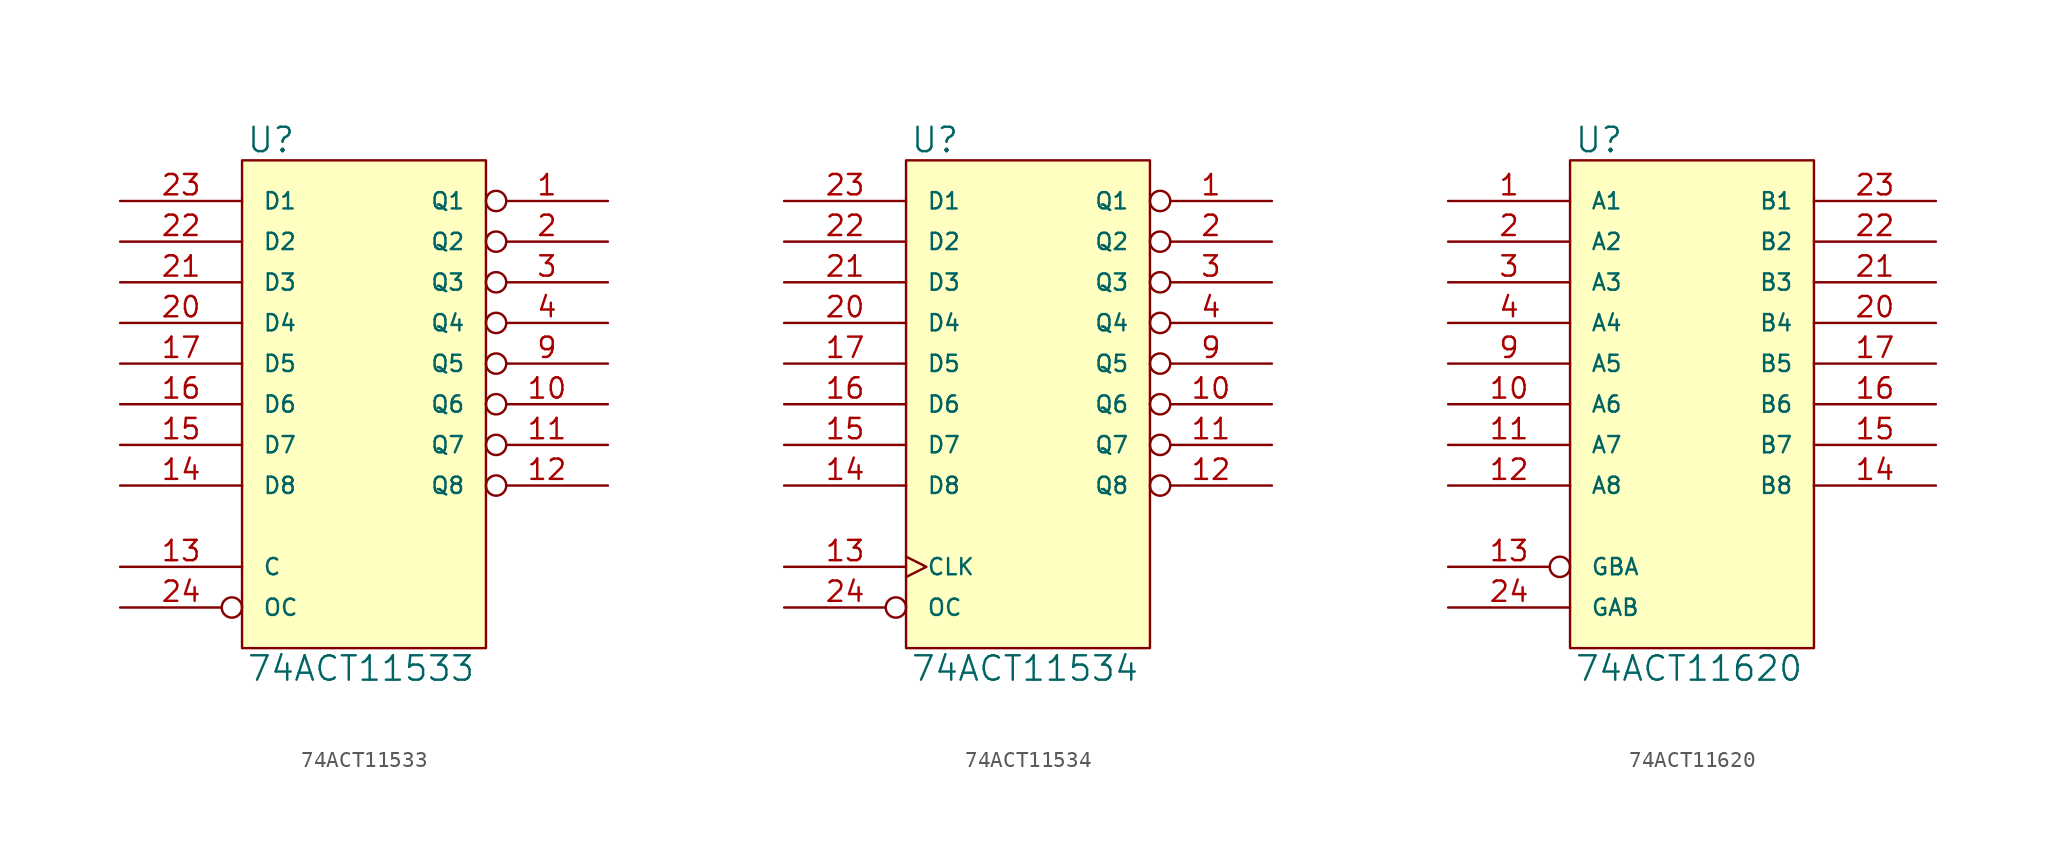
<source format=kicad_sym>
(kicad_symbol_lib
  (version 20231120)
  (generator "kicad_symbol_editor")
  (generator_version "8.0")
  (symbol "74ACT11533"
    (pin_names
      (offset 1.27))
    (property "Reference" "U"
      (at 0.254 0.381 0)
      (effects (font (size 1.524 1.524)) (justify left bottom)))
    (property "Value" "74ACT11533"
      (at 0.254 -30.861 0)
      (effects (font (size 1.524 1.524)) (justify left top)))
    (symbol "74ACT11533_0_1"
      (rectangle (start 0 0) (end 15.24 -30.48) (stroke (width 0) (type solid)) (fill (type background))))
    (symbol "74ACT11533_1_1"
      (pin tri_state inverted (at 22.86 -2.54 180) (length 7.62) (name "Q1" (effects (font (size 1.016 1.016)))) (number "1" (effects (font (size 1.27 1.27)))))
      (pin tri_state inverted (at 22.86 -15.24 180) (length 7.62) (name "Q6" (effects (font (size 1.016 1.016)))) (number "10" (effects (font (size 1.27 1.27)))))
      (pin tri_state inverted (at 22.86 -17.78 180) (length 7.62) (name "Q7" (effects (font (size 1.016 1.016)))) (number "11" (effects (font (size 1.27 1.27)))))
      (pin tri_state inverted (at 22.86 -20.32 180) (length 7.62) (name "Q8" (effects (font (size 1.016 1.016)))) (number "12" (effects (font (size 1.27 1.27)))))
      (pin input line (at -7.62 -25.4 0) (length 7.62) (name "C" (effects (font (size 1.016 1.016)))) (number "13" (effects (font (size 1.27 1.27)))))
      (pin input line (at -7.62 -20.32 0) (length 7.62) (name "D8" (effects (font (size 1.016 1.016)))) (number "14" (effects (font (size 1.27 1.27)))))
      (pin input line (at -7.62 -17.78 0) (length 7.62) (name "D7" (effects (font (size 1.016 1.016)))) (number "15" (effects (font (size 1.27 1.27)))))
      (pin input line (at -7.62 -15.24 0) (length 7.62) (name "D6" (effects (font (size 1.016 1.016)))) (number "16" (effects (font (size 1.27 1.27)))))
      (pin input line (at -7.62 -12.7 0) (length 7.62) (name "D5" (effects (font (size 1.016 1.016)))) (number "17" (effects (font (size 1.27 1.27)))))
      (pin power_in line (at 2.54 0 270) (length 0) hide (name "VCC" (effects (font (size 1.016 1.016)))) (number "18" (effects (font (size 1.27 1.27)))))
      (pin power_in line (at 0 0 270) (length 0) hide (name "VCC" (effects (font (size 1.016 1.016)))) (number "19" (effects (font (size 1.27 1.27)))))
      (pin tri_state inverted (at 22.86 -5.08 180) (length 7.62) (name "Q2" (effects (font (size 1.016 1.016)))) (number "2" (effects (font (size 1.27 1.27)))))
      (pin input line (at -7.62 -10.16 0) (length 7.62) (name "D4" (effects (font (size 1.016 1.016)))) (number "20" (effects (font (size 1.27 1.27)))))
      (pin input line (at -7.62 -7.62 0) (length 7.62) (name "D3" (effects (font (size 1.016 1.016)))) (number "21" (effects (font (size 1.27 1.27)))))
      (pin input line (at -7.62 -5.08 0) (length 7.62) (name "D2" (effects (font (size 1.016 1.016)))) (number "22" (effects (font (size 1.27 1.27)))))
      (pin input line (at -7.62 -2.54 0) (length 7.62) (name "D1" (effects (font (size 1.016 1.016)))) (number "23" (effects (font (size 1.27 1.27)))))
      (pin input inverted (at -7.62 -27.94 0) (length 7.62) (name "OC" (effects (font (size 1.016 1.016)))) (number "24" (effects (font (size 1.27 1.27)))))
      (pin tri_state inverted (at 22.86 -7.62 180) (length 7.62) (name "Q3" (effects (font (size 1.016 1.016)))) (number "3" (effects (font (size 1.27 1.27)))))
      (pin tri_state inverted (at 22.86 -10.16 180) (length 7.62) (name "Q4" (effects (font (size 1.016 1.016)))) (number "4" (effects (font (size 1.27 1.27)))))
      (pin power_in line (at 0 -30.48 90) (length 0) hide (name "GND" (effects (font (size 1.016 1.016)))) (number "5" (effects (font (size 1.27 1.27)))))
      (pin power_in line (at 2.54 -30.48 90) (length 0) hide (name "GND" (effects (font (size 1.016 1.016)))) (number "6" (effects (font (size 1.27 1.27)))))
      (pin power_in line (at 5.08 -30.48 90) (length 0) hide (name "GND" (effects (font (size 1.016 1.016)))) (number "7" (effects (font (size 1.27 1.27)))))
      (pin power_in line (at 7.62 -30.48 90) (length 0) hide (name "GND" (effects (font (size 1.016 1.016)))) (number "8" (effects (font (size 1.27 1.27)))))
      (pin tri_state inverted (at 22.86 -12.7 180) (length 7.62) (name "Q5" (effects (font (size 1.016 1.016)))) (number "9" (effects (font (size 1.27 1.27)))))))
  (symbol "74ACT11534"
    (pin_names
      (offset 1.27))
    (property "Reference" "U"
      (at 0.254 0.381 0)
      (effects (font (size 1.524 1.524)) (justify left bottom)))
    (property "Value" "74ACT11534"
      (at 0.254 -30.861 0)
      (effects (font (size 1.524 1.524)) (justify left top)))
    (symbol "74ACT11534_0_1"
      (rectangle (start 0 0) (end 15.24 -30.48) (stroke (width 0) (type solid)) (fill (type background))))
    (symbol "74ACT11534_1_1"
      (pin tri_state inverted (at 22.86 -2.54 180) (length 7.62) (name "Q1" (effects (font (size 1.016 1.016)))) (number "1" (effects (font (size 1.27 1.27)))))
      (pin tri_state inverted (at 22.86 -15.24 180) (length 7.62) (name "Q6" (effects (font (size 1.016 1.016)))) (number "10" (effects (font (size 1.27 1.27)))))
      (pin tri_state inverted (at 22.86 -17.78 180) (length 7.62) (name "Q7" (effects (font (size 1.016 1.016)))) (number "11" (effects (font (size 1.27 1.27)))))
      (pin tri_state inverted (at 22.86 -20.32 180) (length 7.62) (name "Q8" (effects (font (size 1.016 1.016)))) (number "12" (effects (font (size 1.27 1.27)))))
      (pin input clock (at -7.62 -25.4 0) (length 7.62) (name "CLK" (effects (font (size 1.016 1.016)))) (number "13" (effects (font (size 1.27 1.27)))))
      (pin input line (at -7.62 -20.32 0) (length 7.62) (name "D8" (effects (font (size 1.016 1.016)))) (number "14" (effects (font (size 1.27 1.27)))))
      (pin input line (at -7.62 -17.78 0) (length 7.62) (name "D7" (effects (font (size 1.016 1.016)))) (number "15" (effects (font (size 1.27 1.27)))))
      (pin input line (at -7.62 -15.24 0) (length 7.62) (name "D6" (effects (font (size 1.016 1.016)))) (number "16" (effects (font (size 1.27 1.27)))))
      (pin input line (at -7.62 -12.7 0) (length 7.62) (name "D5" (effects (font (size 1.016 1.016)))) (number "17" (effects (font (size 1.27 1.27)))))
      (pin power_in line (at 2.54 0 270) (length 0) hide (name "VCC" (effects (font (size 1.016 1.016)))) (number "18" (effects (font (size 1.27 1.27)))))
      (pin power_in line (at 0 0 270) (length 0) hide (name "VCC" (effects (font (size 1.016 1.016)))) (number "19" (effects (font (size 1.27 1.27)))))
      (pin tri_state inverted (at 22.86 -5.08 180) (length 7.62) (name "Q2" (effects (font (size 1.016 1.016)))) (number "2" (effects (font (size 1.27 1.27)))))
      (pin input line (at -7.62 -10.16 0) (length 7.62) (name "D4" (effects (font (size 1.016 1.016)))) (number "20" (effects (font (size 1.27 1.27)))))
      (pin input line (at -7.62 -7.62 0) (length 7.62) (name "D3" (effects (font (size 1.016 1.016)))) (number "21" (effects (font (size 1.27 1.27)))))
      (pin input line (at -7.62 -5.08 0) (length 7.62) (name "D2" (effects (font (size 1.016 1.016)))) (number "22" (effects (font (size 1.27 1.27)))))
      (pin input line (at -7.62 -2.54 0) (length 7.62) (name "D1" (effects (font (size 1.016 1.016)))) (number "23" (effects (font (size 1.27 1.27)))))
      (pin input inverted (at -7.62 -27.94 0) (length 7.62) (name "OC" (effects (font (size 1.016 1.016)))) (number "24" (effects (font (size 1.27 1.27)))))
      (pin tri_state inverted (at 22.86 -7.62 180) (length 7.62) (name "Q3" (effects (font (size 1.016 1.016)))) (number "3" (effects (font (size 1.27 1.27)))))
      (pin tri_state inverted (at 22.86 -10.16 180) (length 7.62) (name "Q4" (effects (font (size 1.016 1.016)))) (number "4" (effects (font (size 1.27 1.27)))))
      (pin power_in line (at 0 -30.48 90) (length 0) hide (name "GND" (effects (font (size 1.016 1.016)))) (number "5" (effects (font (size 1.27 1.27)))))
      (pin power_in line (at 2.54 -30.48 90) (length 0) hide (name "GND" (effects (font (size 1.016 1.016)))) (number "6" (effects (font (size 1.27 1.27)))))
      (pin power_in line (at 5.08 -30.48 90) (length 0) hide (name "GND" (effects (font (size 1.016 1.016)))) (number "7" (effects (font (size 1.27 1.27)))))
      (pin power_in line (at 7.62 -30.48 90) (length 0) hide (name "GND" (effects (font (size 1.016 1.016)))) (number "8" (effects (font (size 1.27 1.27)))))
      (pin tri_state inverted (at 22.86 -12.7 180) (length 7.62) (name "Q5" (effects (font (size 1.016 1.016)))) (number "9" (effects (font (size 1.27 1.27)))))))
  (symbol "74ACT11620"
    (pin_names
      (offset 1.27))
    (property "Reference" "U"
      (at 0.254 0.381 0)
      (effects (font (size 1.524 1.524)) (justify left bottom)))
    (property "Value" "74ACT11620"
      (at 0.254 -30.861 0)
      (effects (font (size 1.524 1.524)) (justify left top)))
    (symbol "74ACT11620_0_1"
      (rectangle (start 0 0) (end 15.24 -30.48) (stroke (width 0) (type solid)) (fill (type background))))
    (symbol "74ACT11620_1_1"
      (pin bidirectional line (at -7.62 -2.54 0) (length 7.62) (name "A1" (effects (font (size 1.016 1.016)))) (number "1" (effects (font (size 1.27 1.27)))))
      (pin bidirectional line (at -7.62 -15.24 0) (length 7.62) (name "A6" (effects (font (size 1.016 1.016)))) (number "10" (effects (font (size 1.27 1.27)))))
      (pin bidirectional line (at -7.62 -17.78 0) (length 7.62) (name "A7" (effects (font (size 1.016 1.016)))) (number "11" (effects (font (size 1.27 1.27)))))
      (pin bidirectional line (at -7.62 -20.32 0) (length 7.62) (name "A8" (effects (font (size 1.016 1.016)))) (number "12" (effects (font (size 1.27 1.27)))))
      (pin input inverted (at -7.62 -25.4 0) (length 7.62) (name "GBA" (effects (font (size 1.016 1.016)))) (number "13" (effects (font (size 1.27 1.27)))))
      (pin bidirectional line (at 22.86 -20.32 180) (length 7.62) (name "B8" (effects (font (size 1.016 1.016)))) (number "14" (effects (font (size 1.27 1.27)))))
      (pin bidirectional line (at 22.86 -17.78 180) (length 7.62) (name "B7" (effects (font (size 1.016 1.016)))) (number "15" (effects (font (size 1.27 1.27)))))
      (pin bidirectional line (at 22.86 -15.24 180) (length 7.62) (name "B6" (effects (font (size 1.016 1.016)))) (number "16" (effects (font (size 1.27 1.27)))))
      (pin bidirectional line (at 22.86 -12.7 180) (length 7.62) (name "B5" (effects (font (size 1.016 1.016)))) (number "17" (effects (font (size 1.27 1.27)))))
      (pin power_in line (at 2.54 0 270) (length 0) hide (name "VCC" (effects (font (size 1.016 1.016)))) (number "18" (effects (font (size 1.27 1.27)))))
      (pin power_in line (at 0 0 270) (length 0) hide (name "VCC" (effects (font (size 1.016 1.016)))) (number "19" (effects (font (size 1.27 1.27)))))
      (pin bidirectional line (at -7.62 -5.08 0) (length 7.62) (name "A2" (effects (font (size 1.016 1.016)))) (number "2" (effects (font (size 1.27 1.27)))))
      (pin bidirectional line (at 22.86 -10.16 180) (length 7.62) (name "B4" (effects (font (size 1.016 1.016)))) (number "20" (effects (font (size 1.27 1.27)))))
      (pin bidirectional line (at 22.86 -7.62 180) (length 7.62) (name "B3" (effects (font (size 1.016 1.016)))) (number "21" (effects (font (size 1.27 1.27)))))
      (pin bidirectional line (at 22.86 -5.08 180) (length 7.62) (name "B2" (effects (font (size 1.016 1.016)))) (number "22" (effects (font (size 1.27 1.27)))))
      (pin bidirectional line (at 22.86 -2.54 180) (length 7.62) (name "B1" (effects (font (size 1.016 1.016)))) (number "23" (effects (font (size 1.27 1.27)))))
      (pin input line (at -7.62 -27.94 0) (length 7.62) (name "GAB" (effects (font (size 1.016 1.016)))) (number "24" (effects (font (size 1.27 1.27)))))
      (pin bidirectional line (at -7.62 -7.62 0) (length 7.62) (name "A3" (effects (font (size 1.016 1.016)))) (number "3" (effects (font (size 1.27 1.27)))))
      (pin bidirectional line (at -7.62 -10.16 0) (length 7.62) (name "A4" (effects (font (size 1.016 1.016)))) (number "4" (effects (font (size 1.27 1.27)))))
      (pin power_in line (at 0 -30.48 90) (length 0) hide (name "GND" (effects (font (size 1.016 1.016)))) (number "5" (effects (font (size 1.27 1.27)))))
      (pin power_in line (at 2.54 -30.48 90) (length 0) hide (name "GND" (effects (font (size 1.016 1.016)))) (number "6" (effects (font (size 1.27 1.27)))))
      (pin power_in line (at 5.08 -30.48 90) (length 0) hide (name "GND" (effects (font (size 1.016 1.016)))) (number "7" (effects (font (size 1.27 1.27)))))
      (pin power_in line (at 7.62 -30.48 90) (length 0) hide (name "GND" (effects (font (size 1.016 1.016)))) (number "8" (effects (font (size 1.27 1.27)))))
      (pin bidirectional line (at -7.62 -12.7 0) (length 7.62) (name "A5" (effects (font (size 1.016 1.016)))) (number "9" (effects (font (size 1.27 1.27))))))))
</source>
